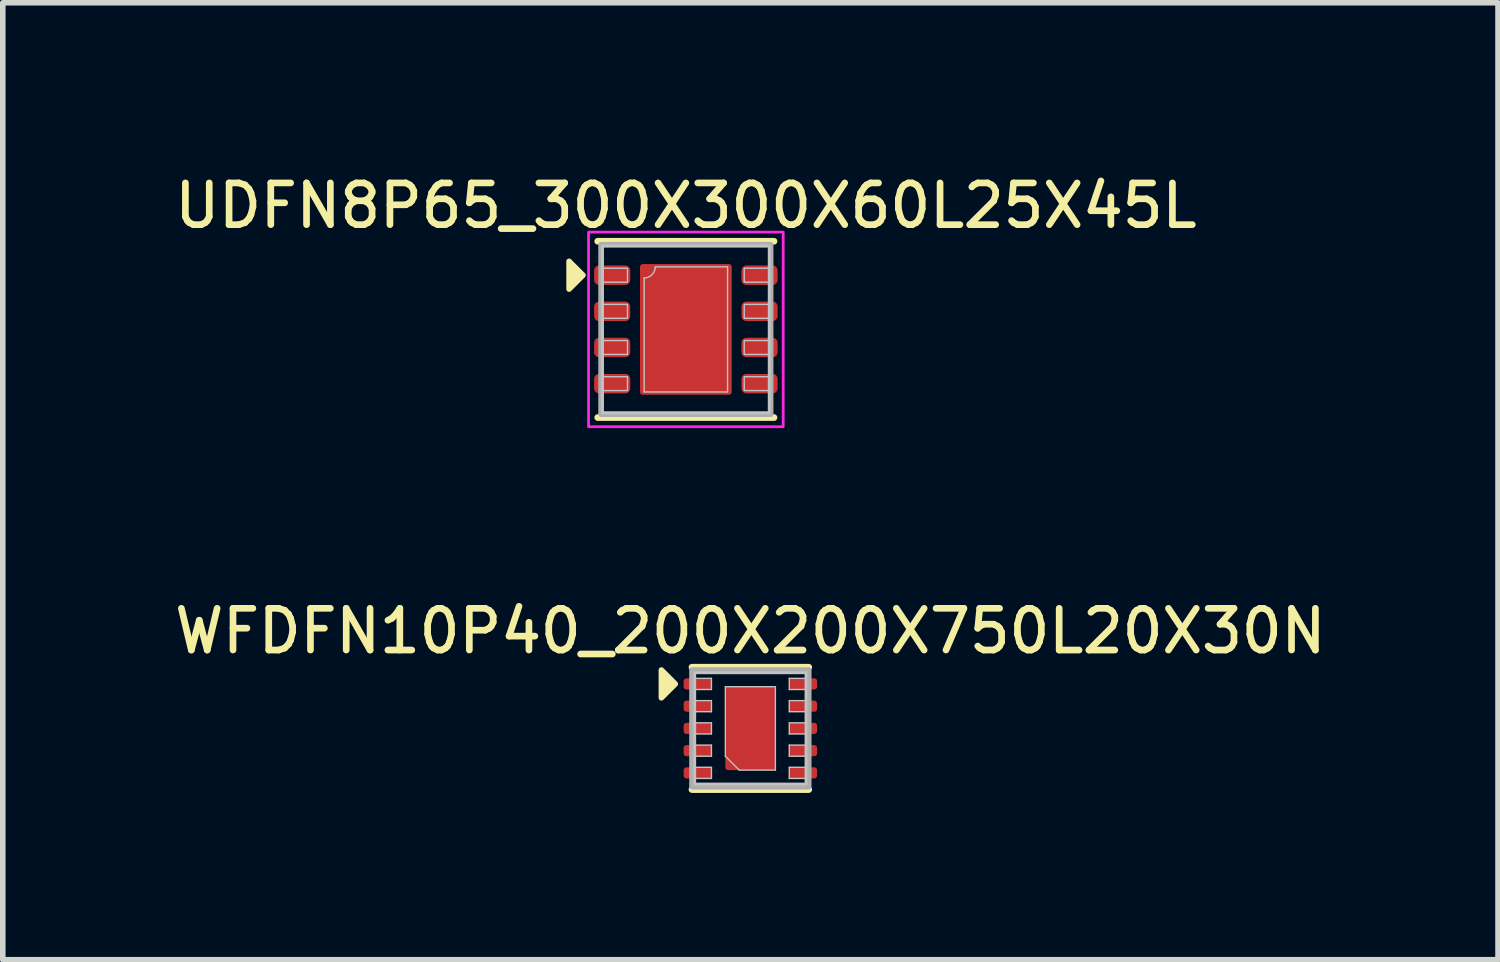
<source format=kicad_pcb>
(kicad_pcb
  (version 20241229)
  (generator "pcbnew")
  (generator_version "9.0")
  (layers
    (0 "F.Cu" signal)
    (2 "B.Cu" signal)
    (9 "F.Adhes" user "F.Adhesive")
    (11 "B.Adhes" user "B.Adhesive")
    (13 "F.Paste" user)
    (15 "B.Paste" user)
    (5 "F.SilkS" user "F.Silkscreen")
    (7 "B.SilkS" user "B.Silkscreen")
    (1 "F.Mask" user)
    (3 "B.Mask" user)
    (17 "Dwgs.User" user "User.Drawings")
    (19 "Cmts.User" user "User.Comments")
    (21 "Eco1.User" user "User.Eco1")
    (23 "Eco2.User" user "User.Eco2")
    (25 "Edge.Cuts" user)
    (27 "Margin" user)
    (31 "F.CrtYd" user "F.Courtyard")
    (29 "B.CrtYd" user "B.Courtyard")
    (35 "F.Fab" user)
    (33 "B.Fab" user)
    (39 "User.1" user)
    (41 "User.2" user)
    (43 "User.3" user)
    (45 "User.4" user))
  (footprint "WFDFN10P40_200X200X750L20X30N"
    (layer "F.Cu")
    (at 10.444 10.049)
    (property "Reference" "WFDFN10P40_200X200X750L20X30N" (at 0 -1.75 0) (unlocked yes) (layer "F.SilkS") (effects (font (size 0.75 0.75) (thickness 0.12))))
    (attr smd)
    (fp_line (start -1.05 -1.1) (end 1.05 -1.1) (stroke (width 0.12) (type default)) (layer "F.SilkS"))
    (fp_line (start -1.05 1.1) (end 1.05 1.1) (stroke (width 0.12) (type default)) (layer "F.SilkS"))
    (fp_poly (pts (xy -1.35 -0.8) (xy -1.6 -0.55) (xy -1.6 -1.05)) (stroke (width 0.1) (type solid)) (fill yes) (layer "F.SilkS"))
    (fp_line (start -1 -0.9) (end -0.7 -0.9) (stroke (width 0.025) (type default)) (layer "Dwgs.User"))
    (fp_line (start -1 -0.5) (end -0.7 -0.5) (stroke (width 0.025) (type default)) (layer "Dwgs.User"))
    (fp_line (start -1 -0.1) (end -0.7 -0.1) (stroke (width 0.025) (type default)) (layer "Dwgs.User"))
    (fp_line (start -1 0.3) (end -0.7 0.3) (stroke (width 0.025) (type default)) (layer "Dwgs.User"))
    (fp_line (start -1 0.7) (end -0.7 0.7) (stroke (width 0.025) (type default)) (layer "Dwgs.User"))
    (fp_line (start -0.7 -0.9) (end -0.7 -0.7) (stroke (width 0.025) (type default)) (layer "Dwgs.User"))
    (fp_line (start -0.7 -0.7) (end -1 -0.7) (stroke (width 0.025) (type default)) (layer "Dwgs.User"))
    (fp_line (start -0.7 -0.5) (end -0.7 -0.3) (stroke (width 0.025) (type default)) (layer "Dwgs.User"))
    (fp_line (start -0.7 -0.3) (end -1 -0.3) (stroke (width 0.025) (type default)) (layer "Dwgs.User"))
    (fp_line (start -0.7 -0.1) (end -0.7 0.1) (stroke (width 0.025) (type default)) (layer "Dwgs.User"))
    (fp_line (start -0.7 0.1) (end -1 0.1) (stroke (width 0.025) (type default)) (layer "Dwgs.User"))
    (fp_line (start -0.7 0.3) (end -0.7 0.5) (stroke (width 0.025) (type default)) (layer "Dwgs.User"))
    (fp_line (start -0.7 0.5) (end -1 0.5) (stroke (width 0.025) (type default)) (layer "Dwgs.User"))
    (fp_line (start -0.7 0.7) (end -0.7 0.9) (stroke (width 0.025) (type default)) (layer "Dwgs.User"))
    (fp_line (start -0.7 0.9) (end -1 0.9) (stroke (width 0.025) (type default)) (layer "Dwgs.User"))
    (fp_line (start -0.45 -0.75) (end 0.45 -0.75) (stroke (width 0.025) (type default)) (layer "Dwgs.User"))
    (fp_line (start -0.45 0.5) (end -0.45 -0.75) (stroke (width 0.025) (type default)) (layer "Dwgs.User"))
    (fp_line (start -0.2 0.75) (end -0.45 0.5) (stroke (width 0.025) (type default)) (layer "Dwgs.User"))
    (fp_line (start 0.45 -0.75) (end 0.45 0.75) (stroke (width 0.025) (type default)) (layer "Dwgs.User"))
    (fp_line (start 0.45 0.75) (end -0.2 0.75) (stroke (width 0.025) (type default)) (layer "Dwgs.User"))
    (fp_line (start 0.7 -0.9) (end 0.7 -0.7) (stroke (width 0.025) (type default)) (layer "Dwgs.User"))
    (fp_line (start 0.7 -0.7) (end 1 -0.7) (stroke (width 0.025) (type default)) (layer "Dwgs.User"))
    (fp_line (start 0.7 -0.5) (end 0.7 -0.3) (stroke (width 0.025) (type default)) (layer "Dwgs.User"))
    (fp_line (start 0.7 -0.3) (end 1 -0.3) (stroke (width 0.025) (type default)) (layer "Dwgs.User"))
    (fp_line (start 0.7 -0.1) (end 0.7 0.1) (stroke (width 0.025) (type default)) (layer "Dwgs.User"))
    (fp_line (start 0.7 0.1) (end 1 0.1) (stroke (width 0.025) (type default)) (layer "Dwgs.User"))
    (fp_line (start 0.7 0.3) (end 0.7 0.5) (stroke (width 0.025) (type default)) (layer "Dwgs.User"))
    (fp_line (start 0.7 0.5) (end 1 0.5) (stroke (width 0.025) (type default)) (layer "Dwgs.User"))
    (fp_line (start 0.7 0.7) (end 0.7 0.9) (stroke (width 0.025) (type default)) (layer "Dwgs.User"))
    (fp_line (start 0.7 0.9) (end 1 0.9) (stroke (width 0.025) (type default)) (layer "Dwgs.User"))
    (fp_line (start 1 -0.9) (end 0.7 -0.9) (stroke (width 0.025) (type default)) (layer "Dwgs.User"))
    (fp_line (start 1 -0.5) (end 0.7 -0.5) (stroke (width 0.025) (type default)) (layer "Dwgs.User"))
    (fp_line (start 1 -0.1) (end 0.7 -0.1) (stroke (width 0.025) (type default)) (layer "Dwgs.User"))
    (fp_line (start 1 0.3) (end 0.7 0.3) (stroke (width 0.025) (type default)) (layer "Dwgs.User"))
    (fp_line (start 1 0.7) (end 0.7 0.7) (stroke (width 0.025) (type default)) (layer "Dwgs.User"))
    (fp_rect (start -1 -1) (end 1 1) (stroke (width 0.05) (type default)) (fill no) (layer "Dwgs.User"))
    (fp_rect (start -1.05 -1.05) (end 1.05 1.05) (stroke (width 0.1) (type default)) (fill no) (layer "F.Fab"))
    (pad "1" smd roundrect (at -0.95 -0.8) (size 0.5 0.2) (layers "F.Cu" "F.Mask" "F.Paste") (roundrect_rratio 0.25))
    (pad "2" smd roundrect (at -0.95 -0.4) (size 0.5 0.2) (layers "F.Cu" "F.Mask" "F.Paste") (roundrect_rratio 0.25))
    (pad "3" smd roundrect (at -0.95 0) (size 0.5 0.2) (layers "F.Cu" "F.Mask" "F.Paste") (roundrect_rratio 0.25))
    (pad "4" smd roundrect (at -0.95 0.4) (size 0.5 0.2) (layers "F.Cu" "F.Mask" "F.Paste") (roundrect_rratio 0.25))
    (pad "5" smd roundrect (at -0.95 0.8) (size 0.5 0.2) (layers "F.Cu" "F.Mask" "F.Paste") (roundrect_rratio 0.25))
    (pad "6" smd roundrect (at 0.95 0.8) (size 0.5 0.2) (layers "F.Cu" "F.Mask" "F.Paste") (roundrect_rratio 0.25))
    (pad "7" smd roundrect (at 0.95 0.4) (size 0.5 0.2) (layers "F.Cu" "F.Mask" "F.Paste") (roundrect_rratio 0.25))
    (pad "8" smd roundrect (at 0.95 0) (size 0.5 0.2) (layers "F.Cu" "F.Mask" "F.Paste") (roundrect_rratio 0.25))
    (pad "9" smd roundrect (at 0.95 -0.4) (size 0.5 0.2) (layers "F.Cu" "F.Mask" "F.Paste") (roundrect_rratio 0.25))
    (pad "10" smd roundrect (at 0.95 -0.8) (size 0.5 0.2) (layers "F.Cu" "F.Mask" "F.Paste") (roundrect_rratio 0.25))
    (pad "11" smd roundrect (at 0 0) (size 0.9 1.5) (layers "F.Cu" "F.Mask" "F.Paste") (roundrect_rratio 0.056)))
  (footprint "UDFN8P65_300X300X60L25X45L"
    (layer "F.Cu")
    (at 9.284 2.874)
    (property "Reference" "UDFN8P65_300X300X60L25X45L" (at 0 -2.225 0) (unlocked yes) (layer "F.SilkS") (effects (font (size 0.75 0.75) (thickness 0.12))))
    (attr smd)
    (fp_line (start 1.585 -1.585) (end -1.585 -1.585) (stroke (width 0.12) (type default)) (layer "F.SilkS"))
    (fp_line (start 1.585 1.585) (end -1.585 1.585) (stroke (width 0.12) (type default)) (layer "F.SilkS"))
    (fp_poly (pts (xy -1.85 -0.975) (xy -2.1 -0.725) (xy -2.1 -1.225)) (stroke (width 0.1) (type solid)) (fill yes) (layer "F.SilkS"))
    (fp_line (start -0.75 -0.925) (end -0.75 1.125) (stroke (width 0.025) (type default)) (layer "Dwgs.User"))
    (fp_line (start -0.75 1.125) (end 0.75 1.125) (stroke (width 0.025) (type default)) (layer "Dwgs.User"))
    (fp_line (start 0.75 -1.125) (end -0.55 -1.125) (stroke (width 0.025) (type default)) (layer "Dwgs.User"))
    (fp_line (start 0.75 1.125) (end 0.75 -1.125) (stroke (width 0.025) (type default)) (layer "Dwgs.User"))
    (fp_rect (start -1.5 -1.5) (end 1.5 1.5) (stroke (width 0.05) (type default)) (fill no) (layer "Dwgs.User"))
    (fp_rect (start -1.5 -1.1) (end -1.05 -0.85) (stroke (width 0.025) (type default)) (fill no) (layer "Dwgs.User"))
    (fp_rect (start -1.5 -0.45) (end -1.05 -0.2) (stroke (width 0.025) (type default)) (fill no) (layer "Dwgs.User"))
    (fp_rect (start -1.5 0.2) (end -1.05 0.45) (stroke (width 0.025) (type default)) (fill no) (layer "Dwgs.User"))
    (fp_rect (start -1.5 0.85) (end -1.05 1.1) (stroke (width 0.025) (type default)) (fill no) (layer "Dwgs.User"))
    (fp_rect (start 1.05 -1.1) (end 1.5 -0.85) (stroke (width 0.025) (type default)) (fill no) (layer "Dwgs.User"))
    (fp_rect (start 1.05 -0.45) (end 1.5 -0.2) (stroke (width 0.025) (type default)) (fill no) (layer "Dwgs.User"))
    (fp_rect (start 1.05 0.2) (end 1.5 0.45) (stroke (width 0.025) (type default)) (fill no) (layer "Dwgs.User"))
    (fp_rect (start 1.05 0.85) (end 1.5 1.1) (stroke (width 0.025) (type default)) (fill no) (layer "Dwgs.User"))
    (fp_arc (start -0.55 -1.125) (mid -0.608579 -0.983579) (end -0.75 -0.925) (stroke (width 0.025) (type default)) (layer "Dwgs.User"))
    (fp_rect (start -1.75 -1.75) (end 1.75 1.75) (stroke (width 0.05) (type default)) (fill no) (layer "F.CrtYd"))
    (fp_rect (start -1.525 -1.525) (end 1.525 1.525) (stroke (width 0.1) (type default)) (fill no) (layer "F.Fab"))
    (pad "1" smd roundrect (at -1.325 -0.975) (size 0.65 0.35) (layers "F.Cu" "F.Mask" "F.Paste") (roundrect_rratio 0.25))
    (pad "2" smd roundrect (at -1.325 -0.325) (size 0.65 0.35) (layers "F.Cu" "F.Mask" "F.Paste") (roundrect_rratio 0.25))
    (pad "3" smd roundrect (at -1.325 0.325) (size 0.65 0.35) (layers "F.Cu" "F.Mask" "F.Paste") (roundrect_rratio 0.25))
    (pad "4" smd roundrect (at -1.325 0.975) (size 0.65 0.35) (layers "F.Cu" "F.Mask" "F.Paste") (roundrect_rratio 0.25))
    (pad "5" smd roundrect (at 1.325 0.975) (size 0.65 0.35) (layers "F.Cu" "F.Mask" "F.Paste") (roundrect_rratio 0.25))
    (pad "6" smd roundrect (at 1.325 0.325) (size 0.65 0.35) (layers "F.Cu" "F.Mask" "F.Paste") (roundrect_rratio 0.25))
    (pad "7" smd roundrect (at 1.325 -0.325) (size 0.65 0.35) (layers "F.Cu" "F.Mask" "F.Paste") (roundrect_rratio 0.25))
    (pad "8" smd roundrect (at 1.325 -0.975) (size 0.65 0.35) (layers "F.Cu" "F.Mask" "F.Paste") (roundrect_rratio 0.25))
    (pad "9" smd roundrect (at 0 0) (size 1.65 2.35) (layers "F.Cu" "F.Mask" "F.Paste") (roundrect_rratio 0.03)))
  (gr_rect
    (start -3 -3)
    (end 23.889 14.209)
    (stroke (width 0.1) (type default))
    (fill no)
    (layer "Edge.Cuts")))
</source>
